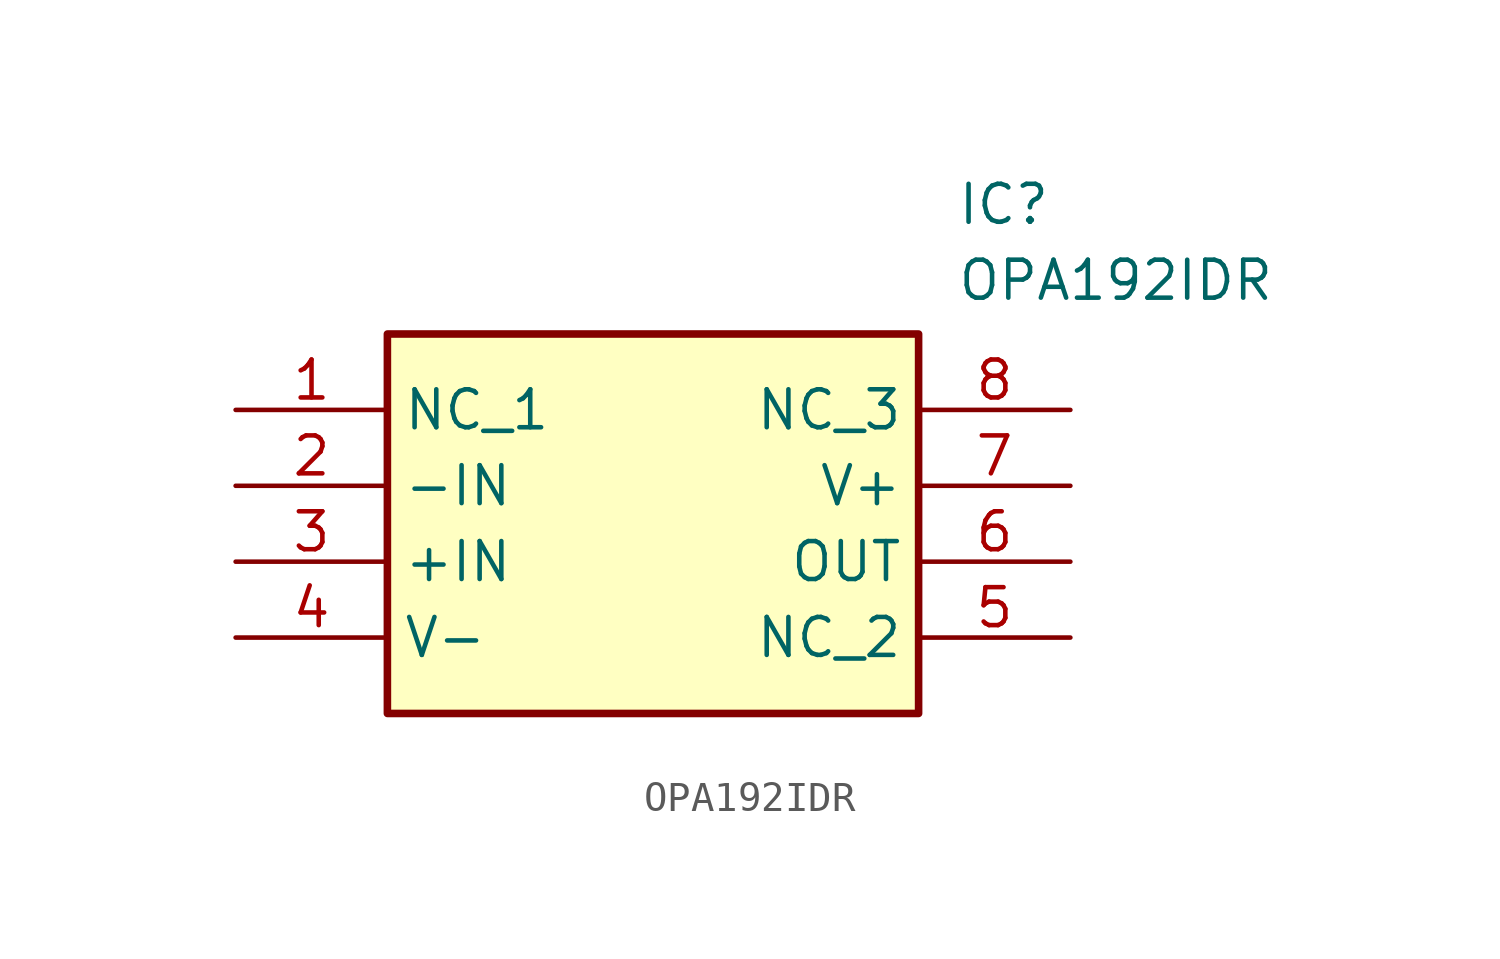
<source format=kicad_sym>
(kicad_symbol_lib
  (version 20211014)
  (generator SamacSys_ECAD_Model)
  (symbol "OPA192IDR"
    (property "Reference" "IC"
      (at 24.13 7.62 0)
      (effects (font (size 1.27 1.27)) (justify left top)))
    (property "Value" "OPA192IDR"
      (at 24.13 5.08 0)
      (effects (font (size 1.27 1.27)) (justify left top)))
    (rectangle
      (start 5.08 2.54)
      (end 22.86 -10.16)
      (stroke (width 0.254) (type default))
      (fill (type background)))
    (pin passive line
      (at 0 0 0)
      (length 5.08)
      (name "NC_1" (effects (font (size 1.27 1.27))))
      (number "1" (effects (font (size 1.27 1.27)))))
    (pin passive line
      (at 0 -2.54 0)
      (length 5.08)
      (name "-IN" (effects (font (size 1.27 1.27))))
      (number "2" (effects (font (size 1.27 1.27)))))
    (pin passive line
      (at 0 -5.08 0)
      (length 5.08)
      (name "+IN" (effects (font (size 1.27 1.27))))
      (number "3" (effects (font (size 1.27 1.27)))))
    (pin passive line
      (at 0 -7.62 0)
      (length 5.08)
      (name "V-" (effects (font (size 1.27 1.27))))
      (number "4" (effects (font (size 1.27 1.27)))))
    (pin passive line
      (at 27.94 0 180)
      (length 5.08)
      (name "NC_3" (effects (font (size 1.27 1.27))))
      (number "8" (effects (font (size 1.27 1.27)))))
    (pin passive line
      (at 27.94 -2.54 180)
      (length 5.08)
      (name "V+" (effects (font (size 1.27 1.27))))
      (number "7" (effects (font (size 1.27 1.27)))))
    (pin passive line
      (at 27.94 -5.08 180)
      (length 5.08)
      (name "OUT" (effects (font (size 1.27 1.27))))
      (number "6" (effects (font (size 1.27 1.27)))))
    (pin passive line
      (at 27.94 -7.62 180)
      (length 5.08)
      (name "NC_2" (effects (font (size 1.27 1.27))))
      (number "5" (effects (font (size 1.27 1.27)))))))
</source>
